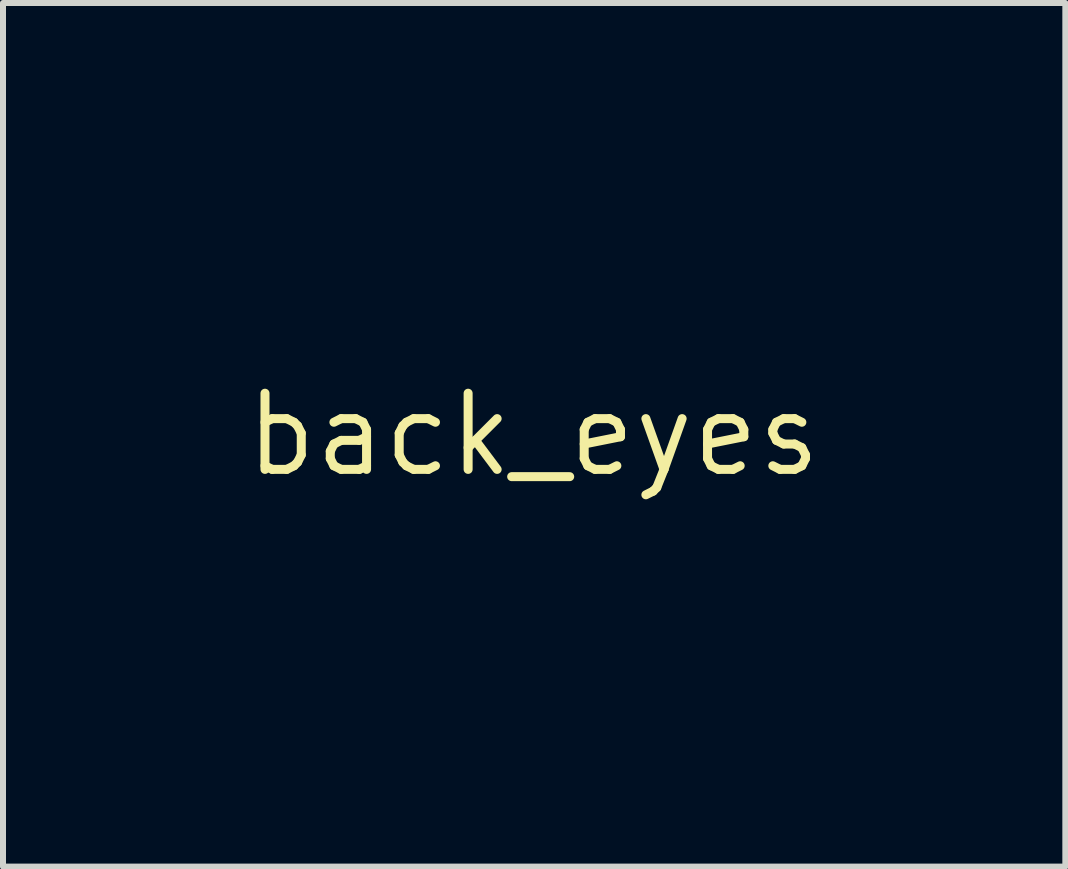
<source format=kicad_pcb>
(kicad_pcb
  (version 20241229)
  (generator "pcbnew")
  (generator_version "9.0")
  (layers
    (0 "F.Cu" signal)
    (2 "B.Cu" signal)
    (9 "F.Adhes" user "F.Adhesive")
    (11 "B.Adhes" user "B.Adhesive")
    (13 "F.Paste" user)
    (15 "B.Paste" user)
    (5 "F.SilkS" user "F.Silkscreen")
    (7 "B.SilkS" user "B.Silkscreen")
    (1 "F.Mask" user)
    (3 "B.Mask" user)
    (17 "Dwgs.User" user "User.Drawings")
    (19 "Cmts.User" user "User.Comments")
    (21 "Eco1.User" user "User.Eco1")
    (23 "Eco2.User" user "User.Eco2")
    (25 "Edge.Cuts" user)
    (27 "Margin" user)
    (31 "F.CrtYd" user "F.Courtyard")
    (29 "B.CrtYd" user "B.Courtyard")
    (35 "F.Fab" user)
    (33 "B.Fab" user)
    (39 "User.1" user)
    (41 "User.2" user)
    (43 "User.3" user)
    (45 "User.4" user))
  (footprint "back_eyes"
    (layer "F.Cu")
    (at 5.843 4.196)
    (property "Reference" "back_eyes" (at 0 0 0) (layer "F.SilkS") (effects (font (size 1.27 1.27) (thickness 0.15))))
    (attr through_hole)
    (fp_poly (pts (xy 0.105 0.442) (xy 0.194 0.5) (xy 0.293 0.596) (xy 0.403 0.732) (xy 0.523 0.906) (xy 0.654 1.121) (xy 0.796 1.375) (xy 0.95 1.67) (xy 1.019 1.808) (xy 1.166 2.116) (xy 1.294 2.407) (xy 1.401 2.678) (xy 1.487 2.925) (xy 1.551 3.146) (xy 1.591 3.338) (xy 1.602 3.431) (xy 1.607 3.517) (xy 1.6 3.583) (xy 1.578 3.649) (xy 1.56 3.689) (xy 1.513 3.774) (xy 1.452 3.862) (xy 1.418 3.903) (xy 1.329 3.987) (xy 1.225 4.064) (xy 1.118 4.128) (xy 1.019 4.171) (xy 0.955 4.187) (xy 0.86 4.197) (xy 0.562 3.888) (xy 0.43 3.751) (xy 0.323 3.643) (xy 0.235 3.562) (xy 0.163 3.508) (xy 0.1 3.48) (xy 0.043 3.475) (xy -0.014 3.494) (xy -0.075 3.534) (xy -0.146 3.595) (xy -0.232 3.675) (xy -0.246 3.688) (xy -0.405 3.835) (xy -0.538 3.954) (xy -0.648 4.045) (xy -0.738 4.113) (xy -0.812 4.158) (xy -0.872 4.183) (xy -0.921 4.191) (xy -0.972 4.182) (xy -1.046 4.157) (xy -1.129 4.121) (xy -1.144 4.113) (xy -1.275 4.037) (xy -1.388 3.948) (xy -1.476 3.854) (xy -1.533 3.762) (xy -1.545 3.727) (xy -1.56 3.636) (xy -1.568 3.518) (xy -1.567 3.386) (xy -1.559 3.254) (xy -1.546 3.151) (xy -1.482 2.872) (xy -1.388 2.575) (xy -1.265 2.263) (xy -1.117 1.945) (xy -0.946 1.624) (xy -0.756 1.308) (xy -0.548 1.001) (xy -0.432 0.846) (xy -0.306 0.688) (xy -0.196 0.567) (xy -0.104 0.484) (xy -0.027 0.436) (xy 0.026 0.423) (xy 0.105 0.442)) (stroke (width 0.01) (type solid)) (fill yes) (layer "B.Mask"))
    (fp_poly (pts (xy 2.141 -4.185) (xy 2.262 -4.167) (xy 2.394 -4.134) (xy 2.545 -4.084) (xy 2.721 -4.017) (xy 2.873 -3.953) (xy 3.228 -3.8) (xy 3.493 -3.801) (xy 3.606 -3.802) (xy 3.748 -3.803) (xy 3.904 -3.806) (xy 4.06 -3.809) (xy 4.149 -3.811) (xy 4.54 -3.821) (xy 4.72 -3.734) (xy 4.861 -3.659) (xy 4.984 -3.577) (xy 5.093 -3.482) (xy 5.193 -3.369) (xy 5.29 -3.232) (xy 5.388 -3.066) (xy 5.491 -2.868) (xy 5.609 -2.618) (xy 5.702 -2.393) (xy 5.771 -2.185) (xy 5.82 -1.985) (xy 5.849 -1.787) (xy 5.862 -1.582) (xy 5.863 -1.506) (xy 5.861 -1.366) (xy 5.852 -1.231) (xy 5.837 -1.093) (xy 5.813 -0.943) (xy 5.779 -0.773) (xy 5.735 -0.574) (xy 5.715 -0.489) (xy 5.667 -0.277) (xy 5.626 -0.085) (xy 5.593 0.095) (xy 5.566 0.273) (xy 5.543 0.46) (xy 5.522 0.663) (xy 5.503 0.895) (xy 5.493 1.037) (xy 5.478 1.232) (xy 5.465 1.391) (xy 5.45 1.517) (xy 5.433 1.616) (xy 5.413 1.693) (xy 5.387 1.753) (xy 5.355 1.802) (xy 5.316 1.845) (xy 5.267 1.886) (xy 5.257 1.893) (xy 5.196 1.935) (xy 5.139 1.959) (xy 5.077 1.964) (xy 5 1.952) (xy 4.898 1.923) (xy 4.852 1.908) (xy 4.754 1.87) (xy 4.668 1.823) (xy 4.592 1.764) (xy 4.522 1.687) (xy 4.456 1.589) (xy 4.389 1.465) (xy 4.32 1.31) (xy 4.244 1.12) (xy 4.212 1.037) (xy 4.118 0.798) (xy 4.029 0.598) (xy 3.945 0.434) (xy 3.863 0.304) (xy 3.784 0.204) (xy 3.769 0.189) (xy 3.684 0.114) (xy 3.596 0.057) (xy 3.497 0.018) (xy 3.381 -0.006) (xy 3.242 -0.016) (xy 3.074 -0.012) (xy 2.915 -0.001) (xy 2.782 0.01) (xy 2.677 0.015) (xy 2.591 0.011) (xy 2.518 -0.004) (xy 2.448 -0.033) (xy 2.375 -0.079) (xy 2.289 -0.146) (xy 2.184 -0.236) (xy 2.115 -0.296) (xy 2.054 -0.349) (xy 2.021 -0.9) (xy 2.005 -1.155) (xy 1.989 -1.374) (xy 1.973 -1.564) (xy 1.956 -1.729) (xy 1.936 -1.877) (xy 1.913 -2.013) (xy 1.885 -2.144) (xy 1.852 -2.276) (xy 1.812 -2.415) (xy 1.765 -2.567) (xy 1.735 -2.659) (xy 1.656 -2.908) (xy 1.593 -3.122) (xy 1.547 -3.305) (xy 1.515 -3.461) (xy 1.499 -3.594) (xy 1.496 -3.708) (xy 1.507 -3.807) (xy 1.532 -3.894) (xy 1.554 -3.946) (xy 1.616 -4.046) (xy 1.692 -4.118) (xy 1.789 -4.163) (xy 1.914 -4.186) (xy 2.026 -4.191) (xy 2.141 -4.185)) (stroke (width 0.01) (type solid)) (fill yes) (layer "B.Mask"))
    (fp_poly (pts (xy -1.918 -4.16) (xy -1.778 -4.112) (xy -1.666 -4.033) (xy -1.582 -3.925) (xy -1.529 -3.789) (xy -1.505 -3.626) (xy -1.513 -3.437) (xy -1.535 -3.302) (xy -1.552 -3.226) (xy -1.581 -3.12) (xy -1.618 -2.992) (xy -1.661 -2.852) (xy -1.706 -2.709) (xy -1.716 -2.678) (xy -1.774 -2.499) (xy -1.82 -2.353) (xy -1.856 -2.23) (xy -1.884 -2.124) (xy -1.904 -2.025) (xy -1.919 -1.927) (xy -1.929 -1.82) (xy -1.937 -1.697) (xy -1.943 -1.549) (xy -1.948 -1.425) (xy -1.958 -1.177) (xy -1.972 -0.966) (xy -1.989 -0.789) (xy -2.011 -0.64) (xy -2.039 -0.516) (xy -2.075 -0.411) (xy -2.119 -0.32) (xy -2.172 -0.241) (xy -2.237 -0.167) (xy -2.282 -0.122) (xy -2.343 -0.069) (xy -2.402 -0.031) (xy -2.466 -0.005) (xy -2.543 0.01) (xy -2.641 0.015) (xy -2.768 0.012) (xy -2.881 0.006) (xy -3.093 -0.003) (xy -3.269 -0.002) (xy -3.415 0.011) (xy -3.537 0.037) (xy -3.64 0.077) (xy -3.73 0.133) (xy -3.813 0.206) (xy -3.837 0.231) (xy -3.899 0.303) (xy -3.955 0.38) (xy -4.008 0.47) (xy -4.064 0.579) (xy -4.125 0.713) (xy -4.194 0.881) (xy -4.202 0.9) (xy -4.301 1.134) (xy -4.399 1.34) (xy -4.494 1.518) (xy -4.584 1.663) (xy -4.667 1.774) (xy -4.743 1.848) (xy -4.778 1.87) (xy -4.855 1.895) (xy -4.956 1.91) (xy -5.067 1.914) (xy -5.172 1.904) (xy -5.173 1.904) (xy -5.279 1.868) (xy -5.362 1.802) (xy -5.415 1.713) (xy -5.417 1.706) (xy -5.435 1.633) (xy -5.451 1.53) (xy -5.465 1.41) (xy -5.476 1.284) (xy -5.482 1.165) (xy -5.482 1.119) (xy -5.488 0.919) (xy -5.506 0.704) (xy -5.537 0.469) (xy -5.583 0.209) (xy -5.642 -0.082) (xy -5.683 -0.265) (xy -5.733 -0.484) (xy -5.771 -0.672) (xy -5.8 -0.836) (xy -5.82 -0.985) (xy -5.833 -1.128) (xy -5.838 -1.273) (xy -5.838 -1.429) (xy -5.836 -1.535) (xy -5.828 -1.719) (xy -5.817 -1.873) (xy -5.799 -2.009) (xy -5.774 -2.139) (xy -5.738 -2.275) (xy -5.7 -2.402) (xy -5.593 -2.692) (xy -5.465 -2.957) (xy -5.317 -3.194) (xy -5.153 -3.395) (xy -5.124 -3.426) (xy -5.054 -3.49) (xy -4.962 -3.566) (xy -4.859 -3.644) (xy -4.773 -3.704) (xy -4.548 -3.855) (xy -3.974 -3.818) (xy -3.778 -3.806) (xy -3.617 -3.798) (xy -3.485 -3.794) (xy -3.376 -3.797) (xy -3.283 -3.805) (xy -3.199 -3.821) (xy -3.118 -3.845) (xy -3.033 -3.877) (xy -2.938 -3.919) (xy -2.862 -3.955) (xy -2.662 -4.044) (xy -2.488 -4.108) (xy -2.331 -4.15) (xy -2.184 -4.172) (xy -2.085 -4.176) (xy -1.918 -4.16)) (stroke (width 0.01) (type solid)) (fill yes) (layer "B.Mask")))
  (gr_rect
    (start -3 -3)
    (end 14.711 11.398)
    (stroke (width 0.1) (type default))
    (fill no)
    (layer "Edge.Cuts")))
</source>
